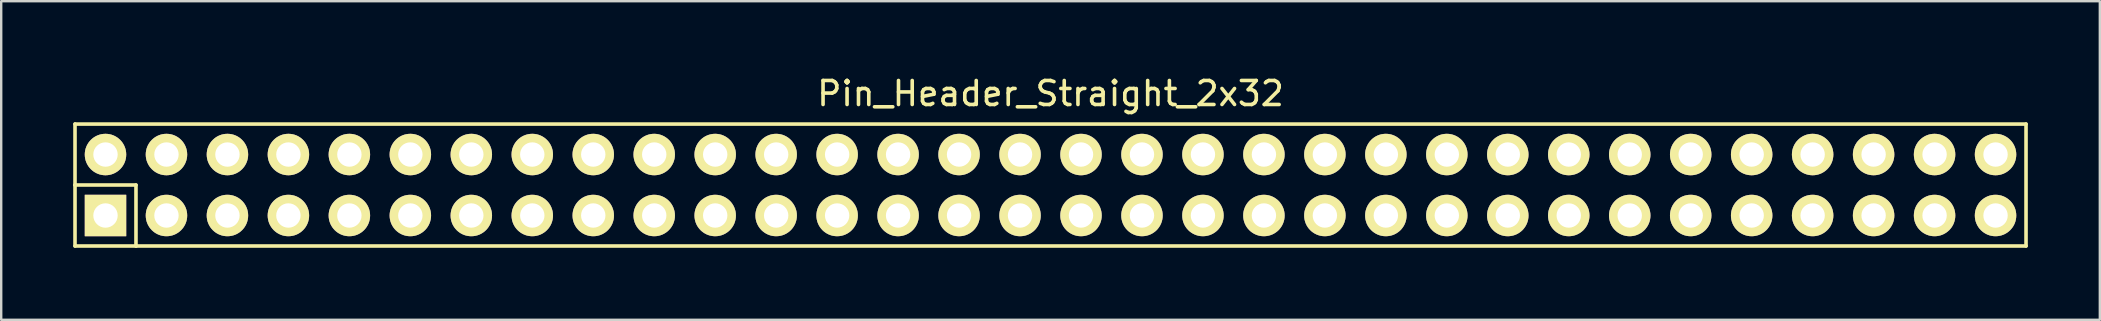
<source format=kicad_pcb>
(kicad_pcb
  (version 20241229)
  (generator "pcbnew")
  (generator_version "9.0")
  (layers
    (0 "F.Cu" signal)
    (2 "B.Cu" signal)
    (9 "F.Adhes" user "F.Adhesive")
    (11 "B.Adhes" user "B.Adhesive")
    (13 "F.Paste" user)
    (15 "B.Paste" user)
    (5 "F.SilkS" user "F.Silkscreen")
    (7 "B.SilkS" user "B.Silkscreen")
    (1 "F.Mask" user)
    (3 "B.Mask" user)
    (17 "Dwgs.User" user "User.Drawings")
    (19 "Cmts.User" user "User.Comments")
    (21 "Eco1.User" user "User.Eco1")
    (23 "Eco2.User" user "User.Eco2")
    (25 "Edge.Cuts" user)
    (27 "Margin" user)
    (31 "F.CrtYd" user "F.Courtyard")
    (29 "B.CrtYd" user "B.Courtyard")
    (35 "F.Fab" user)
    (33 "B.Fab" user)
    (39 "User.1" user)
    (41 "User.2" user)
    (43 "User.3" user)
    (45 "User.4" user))
  (footprint "Pin_Header_Straight_2x32"
    (layer "F.Cu")
    (at 40.715 4.658)
    (property "Reference" "Pin_Header_Straight_2x32" (at 0 -3.81 0) (layer "F.SilkS") (effects (font (size 1 1) (thickness 0.15))))
    (attr through_hole)
    (fp_line (start -40.64 -2.54) (end -40.64 0) (stroke (width 0.15) (type solid)) (layer "F.SilkS"))
    (fp_line (start -40.64 0) (end -38.1 0) (stroke (width 0.15) (type solid)) (layer "F.SilkS"))
    (fp_line (start -40.64 2.54) (end -40.64 0) (stroke (width 0.15) (type solid)) (layer "F.SilkS"))
    (fp_line (start -40.64 2.54) (end -38.1 2.54) (stroke (width 0.15) (type solid)) (layer "F.SilkS"))
    (fp_line (start -38.1 0) (end -38.1 2.54) (stroke (width 0.15) (type solid)) (layer "F.SilkS"))
    (fp_line (start -38.1 2.54) (end 40.64 2.54) (stroke (width 0.15) (type solid)) (layer "F.SilkS"))
    (fp_line (start 40.64 -2.54) (end -40.64 -2.54) (stroke (width 0.15) (type solid)) (layer "F.SilkS"))
    (fp_line (start 40.64 -2.54) (end 40.64 2.54) (stroke (width 0.15) (type solid)) (layer "F.SilkS"))
    (pad "1" thru_hole rect (at -39.37 1.27) (size 1.727 1.727) (drill 1.016) (layers "*.Cu" "*.Mask" "F.SilkS"))
    (pad "2" thru_hole oval (at -39.37 -1.27) (size 1.727 1.727) (drill 1.016) (layers "*.Cu" "*.Mask" "F.SilkS"))
    (pad "3" thru_hole oval (at -36.83 1.27) (size 1.727 1.727) (drill 1.016) (layers "*.Cu" "*.Mask" "F.SilkS"))
    (pad "4" thru_hole oval (at -36.83 -1.27) (size 1.727 1.727) (drill 1.016) (layers "*.Cu" "*.Mask" "F.SilkS"))
    (pad "5" thru_hole oval (at -34.29 1.27) (size 1.727 1.727) (drill 1.016) (layers "*.Cu" "*.Mask" "F.SilkS"))
    (pad "6" thru_hole oval (at -34.29 -1.27) (size 1.727 1.727) (drill 1.016) (layers "*.Cu" "*.Mask" "F.SilkS"))
    (pad "7" thru_hole oval (at -31.75 1.27) (size 1.727 1.727) (drill 1.016) (layers "*.Cu" "*.Mask" "F.SilkS"))
    (pad "8" thru_hole oval (at -31.75 -1.27) (size 1.727 1.727) (drill 1.016) (layers "*.Cu" "*.Mask" "F.SilkS"))
    (pad "9" thru_hole oval (at -29.21 1.27) (size 1.727 1.727) (drill 1.016) (layers "*.Cu" "*.Mask" "F.SilkS"))
    (pad "10" thru_hole oval (at -29.21 -1.27) (size 1.727 1.727) (drill 1.016) (layers "*.Cu" "*.Mask" "F.SilkS"))
    (pad "11" thru_hole oval (at -26.67 1.27) (size 1.727 1.727) (drill 1.016) (layers "*.Cu" "*.Mask" "F.SilkS"))
    (pad "12" thru_hole oval (at -26.67 -1.27) (size 1.727 1.727) (drill 1.016) (layers "*.Cu" "*.Mask" "F.SilkS"))
    (pad "13" thru_hole oval (at -24.13 1.27) (size 1.727 1.727) (drill 1.016) (layers "*.Cu" "*.Mask" "F.SilkS"))
    (pad "14" thru_hole oval (at -24.13 -1.27) (size 1.727 1.727) (drill 1.016) (layers "*.Cu" "*.Mask" "F.SilkS"))
    (pad "15" thru_hole oval (at -21.59 1.27) (size 1.727 1.727) (drill 1.016) (layers "*.Cu" "*.Mask" "F.SilkS"))
    (pad "16" thru_hole oval (at -21.59 -1.27) (size 1.727 1.727) (drill 1.016) (layers "*.Cu" "*.Mask" "F.SilkS"))
    (pad "17" thru_hole oval (at -19.05 1.27) (size 1.727 1.727) (drill 1.016) (layers "*.Cu" "*.Mask" "F.SilkS"))
    (pad "18" thru_hole oval (at -19.05 -1.27) (size 1.727 1.727) (drill 1.016) (layers "*.Cu" "*.Mask" "F.SilkS"))
    (pad "19" thru_hole oval (at -16.51 1.27) (size 1.727 1.727) (drill 1.016) (layers "*.Cu" "*.Mask" "F.SilkS"))
    (pad "20" thru_hole oval (at -16.51 -1.27) (size 1.727 1.727) (drill 1.016) (layers "*.Cu" "*.Mask" "F.SilkS"))
    (pad "21" thru_hole oval (at -13.97 1.27) (size 1.727 1.727) (drill 1.016) (layers "*.Cu" "*.Mask" "F.SilkS"))
    (pad "22" thru_hole oval (at -13.97 -1.27) (size 1.727 1.727) (drill 1.016) (layers "*.Cu" "*.Mask" "F.SilkS"))
    (pad "23" thru_hole oval (at -11.43 1.27) (size 1.727 1.727) (drill 1.016) (layers "*.Cu" "*.Mask" "F.SilkS"))
    (pad "24" thru_hole oval (at -11.43 -1.27) (size 1.727 1.727) (drill 1.016) (layers "*.Cu" "*.Mask" "F.SilkS"))
    (pad "25" thru_hole oval (at -8.89 1.27) (size 1.727 1.727) (drill 1.016) (layers "*.Cu" "*.Mask" "F.SilkS"))
    (pad "26" thru_hole oval (at -8.89 -1.27) (size 1.727 1.727) (drill 1.016) (layers "*.Cu" "*.Mask" "F.SilkS"))
    (pad "27" thru_hole oval (at -6.35 1.27) (size 1.727 1.727) (drill 1.016) (layers "*.Cu" "*.Mask" "F.SilkS"))
    (pad "28" thru_hole oval (at -6.35 -1.27) (size 1.727 1.727) (drill 1.016) (layers "*.Cu" "*.Mask" "F.SilkS"))
    (pad "29" thru_hole oval (at -3.81 1.27) (size 1.727 1.727) (drill 1.016) (layers "*.Cu" "*.Mask" "F.SilkS"))
    (pad "30" thru_hole oval (at -3.81 -1.27) (size 1.727 1.727) (drill 1.016) (layers "*.Cu" "*.Mask" "F.SilkS"))
    (pad "31" thru_hole oval (at -1.27 1.27) (size 1.727 1.727) (drill 1.016) (layers "*.Cu" "*.Mask" "F.SilkS"))
    (pad "32" thru_hole oval (at -1.27 -1.27) (size 1.727 1.727) (drill 1.016) (layers "*.Cu" "*.Mask" "F.SilkS"))
    (pad "33" thru_hole oval (at 1.27 1.27) (size 1.727 1.727) (drill 1.016) (layers "*.Cu" "*.Mask" "F.SilkS"))
    (pad "34" thru_hole oval (at 1.27 -1.27) (size 1.727 1.727) (drill 1.016) (layers "*.Cu" "*.Mask" "F.SilkS"))
    (pad "35" thru_hole oval (at 3.81 1.27) (size 1.727 1.727) (drill 1.016) (layers "*.Cu" "*.Mask" "F.SilkS"))
    (pad "36" thru_hole oval (at 3.81 -1.27) (size 1.727 1.727) (drill 1.016) (layers "*.Cu" "*.Mask" "F.SilkS"))
    (pad "37" thru_hole oval (at 6.35 1.27) (size 1.727 1.727) (drill 1.016) (layers "*.Cu" "*.Mask" "F.SilkS"))
    (pad "38" thru_hole oval (at 6.35 -1.27) (size 1.727 1.727) (drill 1.016) (layers "*.Cu" "*.Mask" "F.SilkS"))
    (pad "39" thru_hole oval (at 8.89 1.27) (size 1.727 1.727) (drill 1.016) (layers "*.Cu" "*.Mask" "F.SilkS"))
    (pad "40" thru_hole oval (at 8.89 -1.27) (size 1.727 1.727) (drill 1.016) (layers "*.Cu" "*.Mask" "F.SilkS"))
    (pad "41" thru_hole oval (at 11.43 1.27) (size 1.727 1.727) (drill 1.016) (layers "*.Cu" "*.Mask" "F.SilkS"))
    (pad "42" thru_hole oval (at 11.43 -1.27) (size 1.727 1.727) (drill 1.016) (layers "*.Cu" "*.Mask" "F.SilkS"))
    (pad "43" thru_hole oval (at 13.97 1.27) (size 1.727 1.727) (drill 1.016) (layers "*.Cu" "*.Mask" "F.SilkS"))
    (pad "44" thru_hole oval (at 13.97 -1.27) (size 1.727 1.727) (drill 1.016) (layers "*.Cu" "*.Mask" "F.SilkS"))
    (pad "45" thru_hole oval (at 16.51 1.27) (size 1.727 1.727) (drill 1.016) (layers "*.Cu" "*.Mask" "F.SilkS"))
    (pad "46" thru_hole oval (at 16.51 -1.27) (size 1.727 1.727) (drill 1.016) (layers "*.Cu" "*.Mask" "F.SilkS"))
    (pad "47" thru_hole oval (at 19.05 1.27) (size 1.727 1.727) (drill 1.016) (layers "*.Cu" "*.Mask" "F.SilkS"))
    (pad "48" thru_hole oval (at 19.05 -1.27) (size 1.727 1.727) (drill 1.016) (layers "*.Cu" "*.Mask" "F.SilkS"))
    (pad "49" thru_hole oval (at 21.59 1.27) (size 1.727 1.727) (drill 1.016) (layers "*.Cu" "*.Mask" "F.SilkS"))
    (pad "50" thru_hole oval (at 21.59 -1.27) (size 1.727 1.727) (drill 1.016) (layers "*.Cu" "*.Mask" "F.SilkS"))
    (pad "51" thru_hole oval (at 24.13 1.27) (size 1.727 1.727) (drill 1.016) (layers "*.Cu" "*.Mask" "F.SilkS"))
    (pad "52" thru_hole oval (at 24.13 -1.27) (size 1.727 1.727) (drill 1.016) (layers "*.Cu" "*.Mask" "F.SilkS"))
    (pad "53" thru_hole oval (at 26.67 1.27) (size 1.727 1.727) (drill 1.016) (layers "*.Cu" "*.Mask" "F.SilkS"))
    (pad "54" thru_hole oval (at 26.67 -1.27) (size 1.727 1.727) (drill 1.016) (layers "*.Cu" "*.Mask" "F.SilkS"))
    (pad "55" thru_hole oval (at 29.21 1.27) (size 1.727 1.727) (drill 1.016) (layers "*.Cu" "*.Mask" "F.SilkS"))
    (pad "56" thru_hole oval (at 29.21 -1.27) (size 1.727 1.727) (drill 1.016) (layers "*.Cu" "*.Mask" "F.SilkS"))
    (pad "57" thru_hole oval (at 31.75 1.27) (size 1.727 1.727) (drill 1.016) (layers "*.Cu" "*.Mask" "F.SilkS"))
    (pad "58" thru_hole oval (at 31.75 -1.27) (size 1.727 1.727) (drill 1.016) (layers "*.Cu" "*.Mask" "F.SilkS"))
    (pad "59" thru_hole oval (at 34.29 1.27) (size 1.727 1.727) (drill 1.016) (layers "*.Cu" "*.Mask" "F.SilkS"))
    (pad "60" thru_hole oval (at 34.29 -1.27) (size 1.727 1.727) (drill 1.016) (layers "*.Cu" "*.Mask" "F.SilkS"))
    (pad "61" thru_hole oval (at 36.83 1.27) (size 1.727 1.727) (drill 1.016) (layers "*.Cu" "*.Mask" "F.SilkS"))
    (pad "62" thru_hole oval (at 36.83 -1.27) (size 1.727 1.727) (drill 1.016) (layers "*.Cu" "*.Mask" "F.SilkS"))
    (pad "63" thru_hole oval (at 39.37 1.27) (size 1.727 1.727) (drill 1.016) (layers "*.Cu" "*.Mask" "F.SilkS"))
    (pad "64" thru_hole oval (at 39.37 -1.27) (size 1.727 1.727) (drill 1.016) (layers "*.Cu" "*.Mask" "F.SilkS")))
  (gr_rect
    (start -3 -3)
    (end 84.43 10.273)
    (stroke (width 0.1) (type default))
    (fill no)
    (layer "Edge.Cuts")))
</source>
